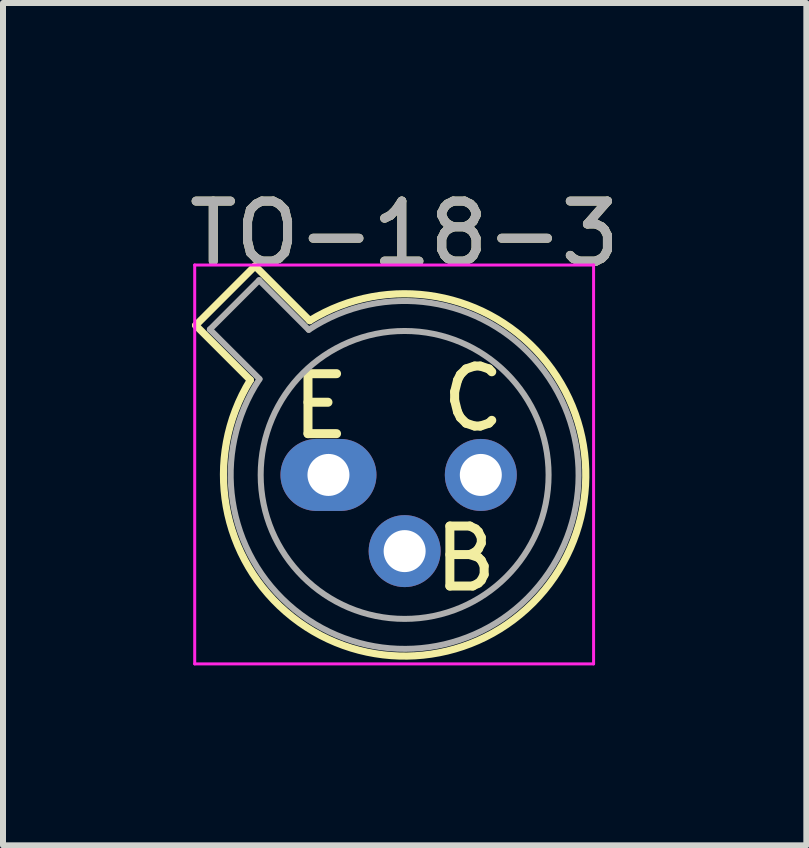
<source format=kicad_pcb>
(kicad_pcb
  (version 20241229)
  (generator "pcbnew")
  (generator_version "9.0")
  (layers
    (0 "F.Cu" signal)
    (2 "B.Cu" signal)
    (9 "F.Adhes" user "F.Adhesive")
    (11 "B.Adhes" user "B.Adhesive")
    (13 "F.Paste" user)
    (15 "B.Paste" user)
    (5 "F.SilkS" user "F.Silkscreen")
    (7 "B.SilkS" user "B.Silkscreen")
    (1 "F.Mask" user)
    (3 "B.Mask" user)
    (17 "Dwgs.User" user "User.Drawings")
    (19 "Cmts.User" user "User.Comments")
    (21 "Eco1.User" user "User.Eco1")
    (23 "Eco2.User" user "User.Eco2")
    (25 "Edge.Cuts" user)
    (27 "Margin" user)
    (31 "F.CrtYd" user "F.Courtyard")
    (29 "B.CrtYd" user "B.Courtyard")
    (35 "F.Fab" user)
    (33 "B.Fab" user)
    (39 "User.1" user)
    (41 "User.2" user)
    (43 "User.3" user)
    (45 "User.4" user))
  (footprint "TO-18-3"
    (layer "F.Cu")
    (at 2.426 4.868)
    (property "Reference" "TO-18-3" (at 1.27 -4.02 0) (layer "F.SilkS") (effects (font (size 1 1) (thickness 0.15))))
    (attr through_hole)
    (fp_line (start -2.214 -2.494) (end -1.302 -1.582) (stroke (width 0.12) (type solid)) (layer "F.SilkS"))
    (fp_line (start -1.224 -3.484) (end -2.214 -2.494) (stroke (width 0.12) (type solid)) (layer "F.SilkS"))
    (fp_line (start -0.312 -2.572) (end -1.224 -3.484) (stroke (width 0.12) (type solid)) (layer "F.SilkS"))
    (fp_arc (start -0.312331 -2.572281) (mid 3.405374 2.135551) (end -1.30215 -1.582544) (stroke (width 0.12) (type solid)) (layer "F.SilkS"))
    (fp_line (start -2.23 -3.5) (end -2.23 3.15) (stroke (width 0.05) (type solid)) (layer "F.CrtYd"))
    (fp_line (start -2.23 3.15) (end 4.42 3.15) (stroke (width 0.05) (type solid)) (layer "F.CrtYd"))
    (fp_line (start 4.42 -3.5) (end -2.23 -3.5) (stroke (width 0.05) (type solid)) (layer "F.CrtYd"))
    (fp_line (start 4.42 3.15) (end 4.42 -3.5) (stroke (width 0.05) (type solid)) (layer "F.CrtYd"))
    (fp_line (start -1.977 -2.426) (end -1.149 -1.599) (stroke (width 0.1) (type solid)) (layer "F.Fab"))
    (fp_line (start -1.156 -3.247) (end -1.977 -2.426) (stroke (width 0.1) (type solid)) (layer "F.Fab"))
    (fp_line (start -0.329 -2.419) (end -1.156 -3.247) (stroke (width 0.1) (type solid)) (layer "F.Fab"))
    (fp_arc (start -0.329057 -2.419301) (mid 3.321076 2.050143) (end -1.150029 -1.597956) (stroke (width 0.1) (type solid)) (layer "F.Fab"))
    (fp_circle (center 1.27 0) (end 3.67 0) (stroke (width 0.1) (type solid)) (fill no) (layer "F.Fab"))
    (fp_text user "C" (at 2.413 -1.27 0) (unlocked yes) (layer "F.SilkS") (effects (font (size 1 1) (thickness 0.15))))
    (fp_text user "E" (at -0.127 -1.143 0) (unlocked yes) (layer "F.SilkS") (effects (font (size 1 1) (thickness 0.15))))
    (fp_text user "B" (at 2.286 1.397 0) (unlocked yes) (layer "F.SilkS") (effects (font (size 1 1) (thickness 0.15))))
    (fp_text user "${REFERENCE}" (at 1.27 -4.02 0) (layer "F.Fab") (effects (font (size 1 1) (thickness 0.15))))
    (pad "1" thru_hole oval (at 0 0) (size 1.6 1.2) (drill 0.7) (layers "*.Cu" "*.Mask"))
    (pad "2" thru_hole oval (at 1.27 1.27) (size 1.2 1.2) (drill 0.7) (layers "*.Cu" "*.Mask"))
    (pad "3" thru_hole oval (at 2.54 0) (size 1.2 1.2) (drill 0.7) (layers "*.Cu" "*.Mask")))
  (gr_rect
    (start -3 -3)
    (end 10.393 11.043)
    (stroke (width 0.1) (type default))
    (fill no)
    (layer "Edge.Cuts")))
</source>
